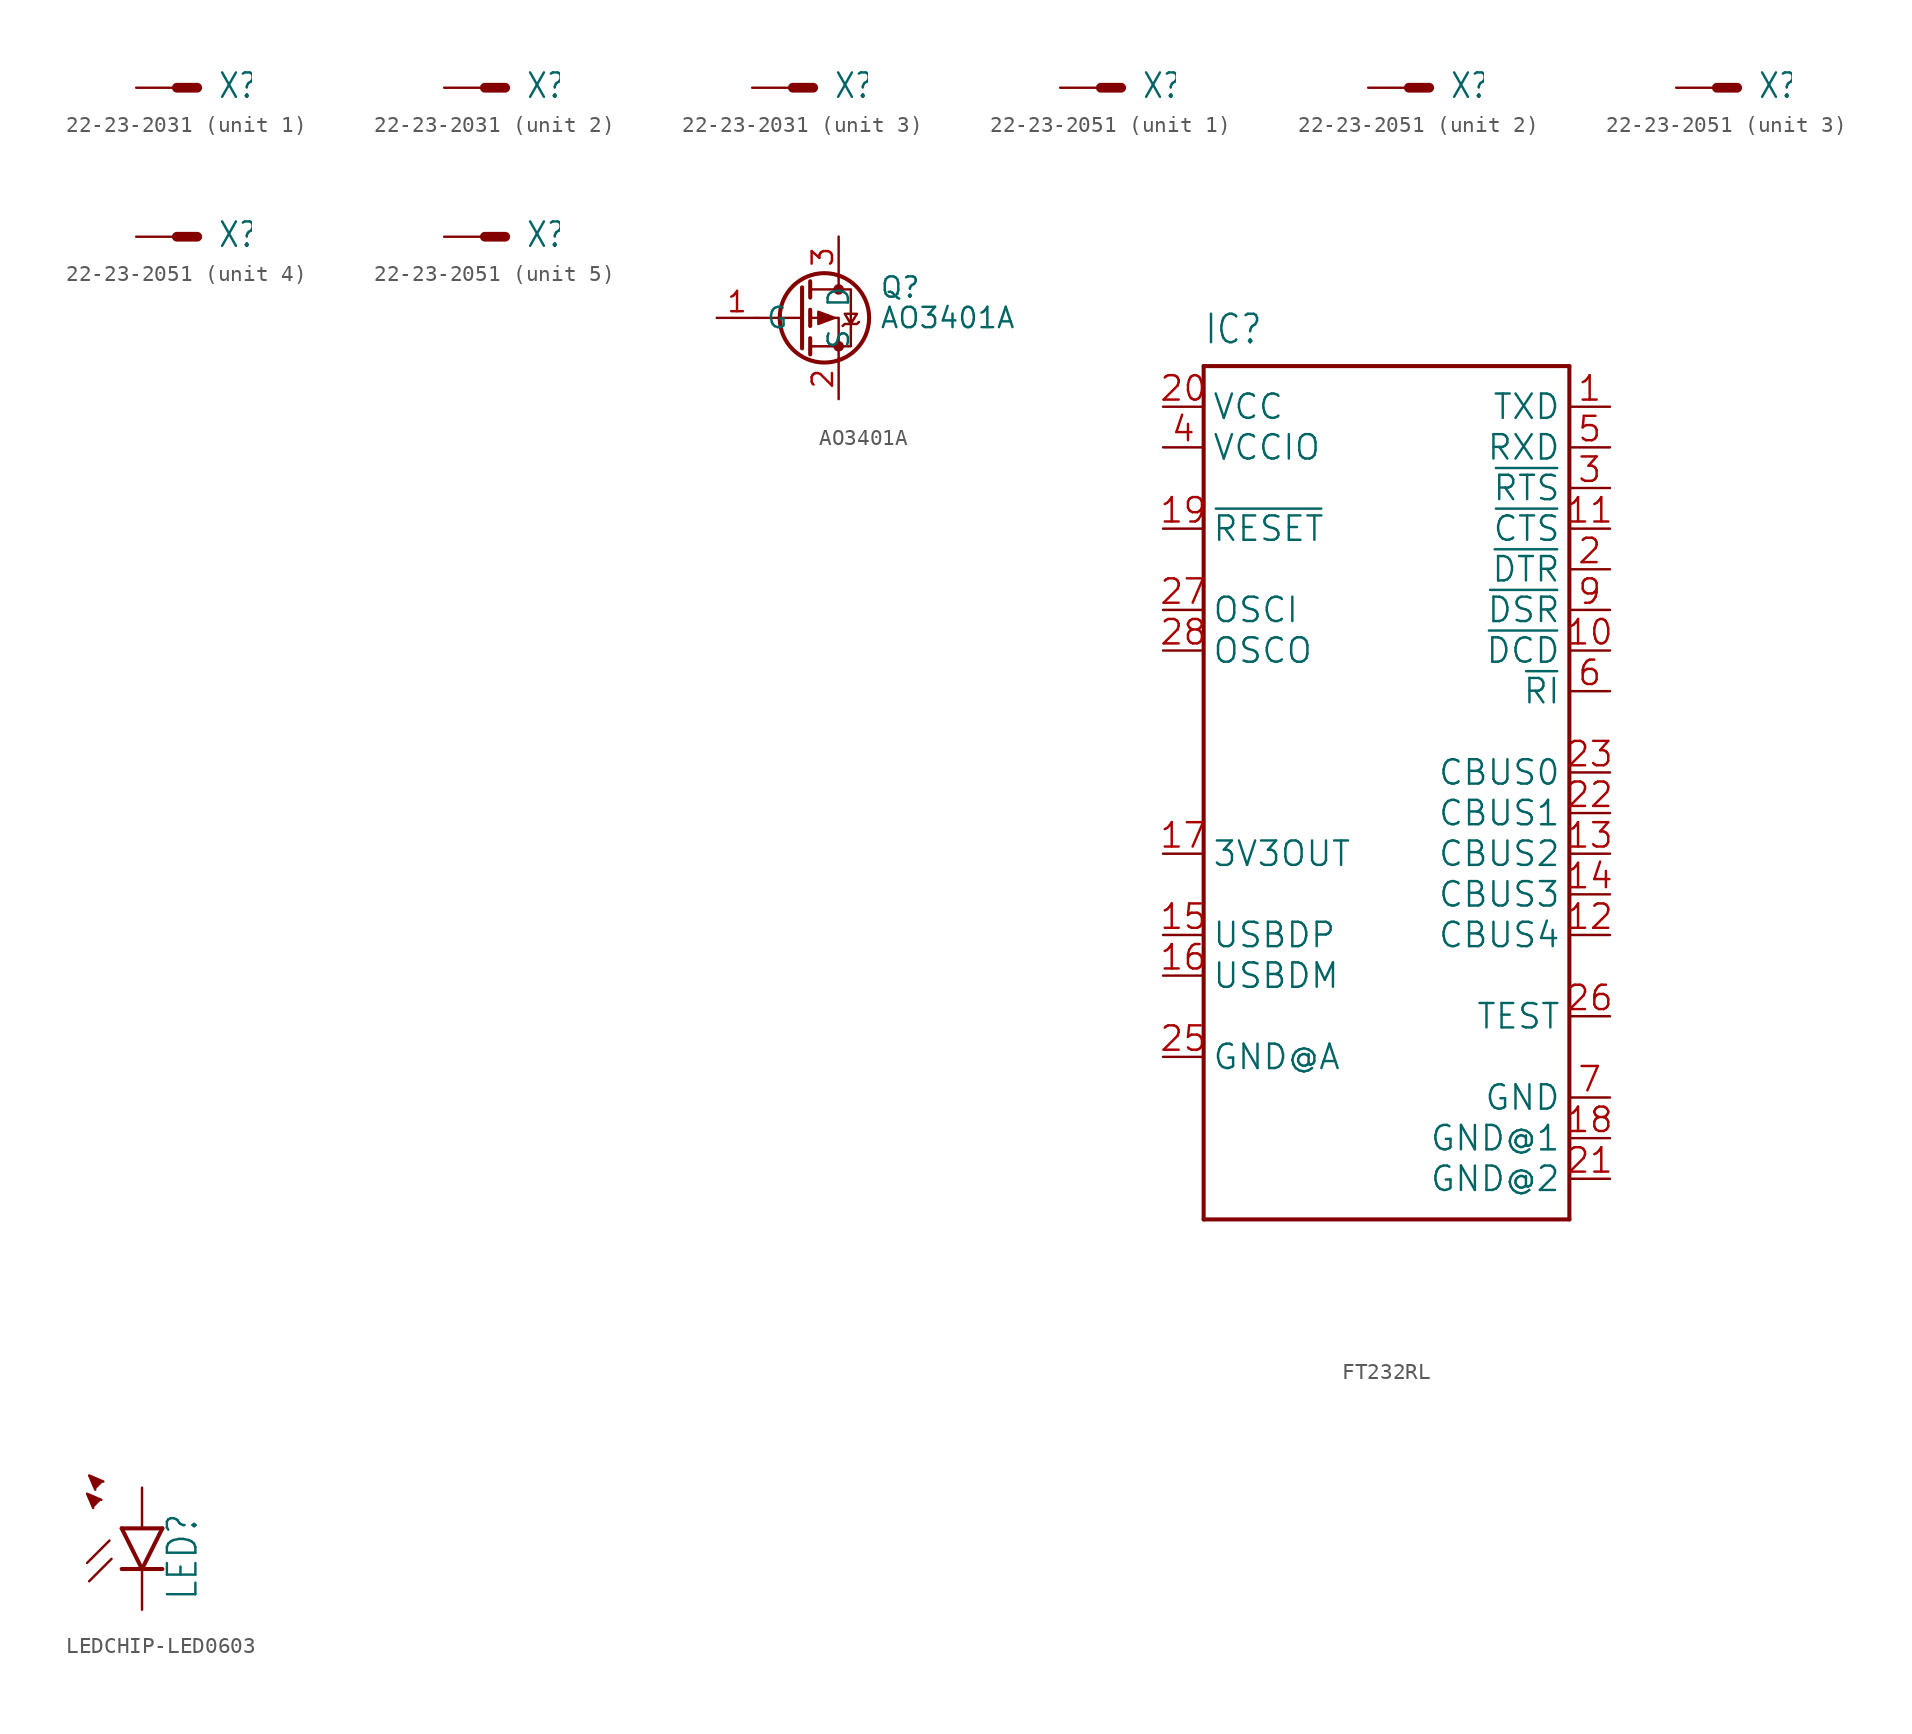
<source format=kicad_sym>
(kicad_symbol_lib
  (version 20241209)
  (generator "kicad_symbol_editor")
  (generator_version "9.0")
  (symbol "22-23-2031"
    (property "Reference" "X"
      (at 2.54 -0.762 0)
      (effects (font (size 1.524 1.295)) (justify left bottom)))
    (property "ki_locked" ""
      (at 0 0 0)
      (effects (font (size 1.27 1.27))))
    (symbol "22-23-2031_1_0"
      (polyline (pts (xy 1.27 0) (xy 0 0)) (stroke (width 0.61) (type solid)) (fill (type none)))
      (pin passive line (at -2.54 0 0) (length 2.54) (name "S" (effects (font (size 0 0)))) (number "1" (effects (font (size 0 0))))))
    (symbol "22-23-2031_2_0"
      (polyline (pts (xy 1.27 0) (xy 0 0)) (stroke (width 0.61) (type solid)) (fill (type none)))
      (pin passive line (at -2.54 0 0) (length 2.54) (name "S" (effects (font (size 0 0)))) (number "2" (effects (font (size 0 0))))))
    (symbol "22-23-2031_3_0"
      (polyline (pts (xy 1.27 0) (xy 0 0)) (stroke (width 0.61) (type solid)) (fill (type none)))
      (pin passive line (at -2.54 0 0) (length 2.54) (name "S" (effects (font (size 0 0)))) (number "3" (effects (font (size 0 0)))))))
  (symbol "22-23-2051"
    (property "Reference" "X"
      (at 2.54 -0.762 0)
      (effects (font (size 1.524 1.295)) (justify left bottom)))
    (property "ki_locked" ""
      (at 0 0 0)
      (effects (font (size 1.27 1.27))))
    (symbol "22-23-2051_1_0"
      (polyline (pts (xy 1.27 0) (xy 0 0)) (stroke (width 0.61) (type solid)) (fill (type none)))
      (pin passive line (at -2.54 0 0) (length 2.54) (name "S" (effects (font (size 0 0)))) (number "1" (effects (font (size 0 0))))))
    (symbol "22-23-2051_2_0"
      (polyline (pts (xy 1.27 0) (xy 0 0)) (stroke (width 0.61) (type solid)) (fill (type none)))
      (pin passive line (at -2.54 0 0) (length 2.54) (name "S" (effects (font (size 0 0)))) (number "2" (effects (font (size 0 0))))))
    (symbol "22-23-2051_3_0"
      (polyline (pts (xy 1.27 0) (xy 0 0)) (stroke (width 0.61) (type solid)) (fill (type none)))
      (pin passive line (at -2.54 0 0) (length 2.54) (name "S" (effects (font (size 0 0)))) (number "3" (effects (font (size 0 0))))))
    (symbol "22-23-2051_4_0"
      (polyline (pts (xy 1.27 0) (xy 0 0)) (stroke (width 0.61) (type solid)) (fill (type none)))
      (pin passive line (at -2.54 0 0) (length 2.54) (name "S" (effects (font (size 0 0)))) (number "4" (effects (font (size 0 0))))))
    (symbol "22-23-2051_5_0"
      (polyline (pts (xy 1.27 0) (xy 0 0)) (stroke (width 0.61) (type solid)) (fill (type none)))
      (pin passive line (at -2.54 0 0) (length 2.54) (name "S" (effects (font (size 0 0)))) (number "5" (effects (font (size 0 0)))))))
  (symbol "AO3401A"
    (property "Reference" "Q"
      (at 5.08 1.905 0)
      (effects (font (size 1.27 1.27)) (justify left)))
    (property "Value" "AO3401A"
      (at 5.08 0 0)
      (effects (font (size 1.27 1.27)) (justify left)))
    (symbol "AO3401A_0_1"
      (polyline (pts (xy 0.254 1.905) (xy 0.254 -1.905)) (stroke (width 0.254) (type default)) (fill (type none)))
      (polyline (pts (xy 0.254 0) (xy -2.54 0)) (stroke (width 0) (type default)) (fill (type none)))
      (polyline (pts (xy 0.762 2.286) (xy 0.762 1.27)) (stroke (width 0.254) (type default)) (fill (type none)))
      (polyline (pts (xy 0.762 1.778) (xy 3.302 1.778) (xy 3.302 -1.778) (xy 0.762 -1.778)) (stroke (width 0) (type default)) (fill (type none)))
      (polyline (pts (xy 0.762 0.508) (xy 0.762 -0.508)) (stroke (width 0.254) (type default)) (fill (type none)))
      (polyline (pts (xy 0.762 -1.27) (xy 0.762 -2.286)) (stroke (width 0.254) (type default)) (fill (type none)))
      (circle (center 1.651 0) (radius 2.794) (stroke (width 0.254) (type default)) (fill (type none)))
      (polyline (pts (xy 2.286 0) (xy 1.27 0.381) (xy 1.27 -0.381) (xy 2.286 0)) (stroke (width 0) (type default)) (fill (type outline)))
      (polyline (pts (xy 2.54 2.54) (xy 2.54 1.778)) (stroke (width 0) (type default)) (fill (type none)))
      (circle (center 2.54 1.778) (radius 0.254) (stroke (width 0) (type default)) (fill (type outline)))
      (circle (center 2.54 -1.778) (radius 0.254) (stroke (width 0) (type default)) (fill (type outline)))
      (polyline (pts (xy 2.54 -2.54) (xy 2.54 0) (xy 0.762 0)) (stroke (width 0) (type default)) (fill (type none)))
      (polyline (pts (xy 2.794 -0.508) (xy 2.921 -0.381) (xy 3.683 -0.381) (xy 3.81 -0.254)) (stroke (width 0) (type default)) (fill (type none)))
      (polyline (pts (xy 3.302 -0.381) (xy 2.921 0.254) (xy 3.683 0.254) (xy 3.302 -0.381)) (stroke (width 0) (type default)) (fill (type none))))
    (symbol "AO3401A_1_1"
      (pin input line (at -5.08 0 0) (length 2.54) (name "G" (effects (font (size 1.27 1.27)))) (number "1" (effects (font (size 1.27 1.27)))))
      (pin passive line (at 2.54 5.08 270) (length 2.54) (name "D" (effects (font (size 1.27 1.27)))) (number "3" (effects (font (size 1.27 1.27)))))
      (pin passive line (at 2.54 -5.08 90) (length 2.54) (name "S" (effects (font (size 1.27 1.27)))) (number "2" (effects (font (size 1.27 1.27)))))))
  (symbol "FT232RL"
    (property "Reference" "IC"
      (at -10.16 26.67 0)
      (effects (font (size 1.778 1.511)) (justify left bottom)))
    (property "Value" ""
      (at -10.16 -30.48 0)
      (effects (font (size 1.778 1.511)) (justify left bottom)))
    (property "ki_locked" ""
      (at 0 0 0)
      (effects (font (size 1.27 1.27))))
    (symbol "FT232RL_1_0"
      (polyline (pts (xy -10.16 25.4) (xy 12.7 25.4)) (stroke (width 0.254) (type solid)) (fill (type none)))
      (polyline (pts (xy -10.16 -27.94) (xy -10.16 25.4)) (stroke (width 0.254) (type solid)) (fill (type none)))
      (polyline (pts (xy 12.7 25.4) (xy 12.7 -27.94)) (stroke (width 0.254) (type solid)) (fill (type none)))
      (polyline (pts (xy 12.7 -27.94) (xy -10.16 -27.94)) (stroke (width 0.254) (type solid)) (fill (type none)))
      (pin power_in line (at -12.7 22.86 0) (length 2.54) (name "VCC" (effects (font (size 1.524 1.524)))) (number "20" (effects (font (size 1.524 1.524)))))
      (pin power_in line (at -12.7 20.32 0) (length 2.54) (name "VCCIO" (effects (font (size 1.524 1.524)))) (number "4" (effects (font (size 1.524 1.524)))))
      (pin input line (at -12.7 15.24 0) (length 2.54) (name "~{RESET}" (effects (font (size 1.524 1.524)))) (number "19" (effects (font (size 1.524 1.524)))))
      (pin input line (at -12.7 10.16 0) (length 2.54) (name "OSCI" (effects (font (size 1.524 1.524)))) (number "27" (effects (font (size 1.524 1.524)))))
      (pin output line (at -12.7 7.62 0) (length 2.54) (name "OSCO" (effects (font (size 1.524 1.524)))) (number "28" (effects (font (size 1.524 1.524)))))
      (pin output line (at -12.7 -5.08 0) (length 2.54) (name "3V3OUT" (effects (font (size 1.524 1.524)))) (number "17" (effects (font (size 1.524 1.524)))))
      (pin bidirectional line (at -12.7 -10.16 0) (length 2.54) (name "USBDP" (effects (font (size 1.524 1.524)))) (number "15" (effects (font (size 1.524 1.524)))))
      (pin bidirectional line (at -12.7 -12.7 0) (length 2.54) (name "USBDM" (effects (font (size 1.524 1.524)))) (number "16" (effects (font (size 1.524 1.524)))))
      (pin power_in line (at -12.7 -17.78 0) (length 2.54) (name "GND@A" (effects (font (size 1.524 1.524)))) (number "25" (effects (font (size 1.524 1.524)))))
      (pin output line (at 15.24 22.86 180) (length 2.54) (name "TXD" (effects (font (size 1.524 1.524)))) (number "1" (effects (font (size 1.524 1.524)))))
      (pin input line (at 15.24 20.32 180) (length 2.54) (name "RXD" (effects (font (size 1.524 1.524)))) (number "5" (effects (font (size 1.524 1.524)))))
      (pin output line (at 15.24 17.78 180) (length 2.54) (name "~{RTS}" (effects (font (size 1.524 1.524)))) (number "3" (effects (font (size 1.524 1.524)))))
      (pin input line (at 15.24 15.24 180) (length 2.54) (name "~{CTS}" (effects (font (size 1.524 1.524)))) (number "11" (effects (font (size 1.524 1.524)))))
      (pin output line (at 15.24 12.7 180) (length 2.54) (name "~{DTR}" (effects (font (size 1.524 1.524)))) (number "2" (effects (font (size 1.524 1.524)))))
      (pin input line (at 15.24 10.16 180) (length 2.54) (name "~{DSR}" (effects (font (size 1.524 1.524)))) (number "9" (effects (font (size 1.524 1.524)))))
      (pin input line (at 15.24 7.62 180) (length 2.54) (name "~{DCD}" (effects (font (size 1.524 1.524)))) (number "10" (effects (font (size 1.524 1.524)))))
      (pin input line (at 15.24 5.08 180) (length 2.54) (name "~{RI}" (effects (font (size 1.524 1.524)))) (number "6" (effects (font (size 1.524 1.524)))))
      (pin bidirectional line (at 15.24 0 180) (length 2.54) (name "CBUS0" (effects (font (size 1.524 1.524)))) (number "23" (effects (font (size 1.524 1.524)))))
      (pin bidirectional line (at 15.24 -2.54 180) (length 2.54) (name "CBUS1" (effects (font (size 1.524 1.524)))) (number "22" (effects (font (size 1.524 1.524)))))
      (pin bidirectional line (at 15.24 -5.08 180) (length 2.54) (name "CBUS2" (effects (font (size 1.524 1.524)))) (number "13" (effects (font (size 1.524 1.524)))))
      (pin bidirectional line (at 15.24 -7.62 180) (length 2.54) (name "CBUS3" (effects (font (size 1.524 1.524)))) (number "14" (effects (font (size 1.524 1.524)))))
      (pin bidirectional line (at 15.24 -10.16 180) (length 2.54) (name "CBUS4" (effects (font (size 1.524 1.524)))) (number "12" (effects (font (size 1.524 1.524)))))
      (pin input line (at 15.24 -15.24 180) (length 2.54) (name "TEST" (effects (font (size 1.524 1.524)))) (number "26" (effects (font (size 1.524 1.524)))))
      (pin power_in line (at 15.24 -20.32 180) (length 2.54) (name "GND" (effects (font (size 1.524 1.524)))) (number "7" (effects (font (size 1.524 1.524)))))
      (pin power_in line (at 15.24 -22.86 180) (length 2.54) (name "GND@1" (effects (font (size 1.524 1.524)))) (number "18" (effects (font (size 1.524 1.524)))))
      (pin power_in line (at 15.24 -25.4 180) (length 2.54) (name "GND@2" (effects (font (size 1.524 1.524)))) (number "21" (effects (font (size 1.524 1.524))))))
    (symbol "FT232RL_1_1"
      (pin no_connect line (at -5.08 -21.59 0) (length 2.54) (hide yes) (name "n.c" (effects (font (size 1.27 1.27)))) (number "8" (effects (font (size 1.27 1.27)))))
      (pin no_connect line (at -5.08 -24.13 0) (length 2.54) (hide yes) (name "n.c" (effects (font (size 1.27 1.27)))) (number "24" (effects (font (size 1.27 1.27)))))))
  (symbol "LEDCHIP-LED0603"
    (property "Reference" "LED"
      (at 3.556 -4.572 90)
      (effects (font (size 1.778 1.511)) (justify left bottom)))
    (property "Value" ""
      (at 5.715 -4.572 90)
      (effects (font (size 1.778 1.511)) (justify left bottom)))
    (property "ki_locked" ""
      (at 0 0 0)
      (effects (font (size 1.27 1.27))))
    (symbol "LEDCHIP-LED0603_1_0"
      (polyline (pts (xy -3.048 1.27) (xy -3.429 2.159) (xy -2.54 1.778)) (stroke (width 0.152) (type solid)) (fill (type outline)))
      (polyline (pts (xy -2.921 2.413) (xy -3.302 3.302) (xy -2.413 2.921)) (stroke (width 0.152) (type solid)) (fill (type outline)))
      (polyline (pts (xy -2.032 -0.762) (xy -3.429 -2.159)) (stroke (width 0.152) (type solid)) (fill (type none)))
      (polyline (pts (xy -1.905 -1.905) (xy -3.302 -3.302)) (stroke (width 0.152) (type solid)) (fill (type none)))
      (polyline (pts (xy 0 -2.54) (xy -1.27 0)) (stroke (width 0.254) (type solid)) (fill (type none)))
      (polyline (pts (xy 0 -2.54) (xy -1.27 -2.54)) (stroke (width 0.254) (type solid)) (fill (type none)))
      (polyline (pts (xy 1.27 0) (xy -1.27 0)) (stroke (width 0.254) (type solid)) (fill (type none)))
      (polyline (pts (xy 1.27 0) (xy 0 -2.54)) (stroke (width 0.254) (type solid)) (fill (type none)))
      (polyline (pts (xy 1.27 -2.54) (xy 0 -2.54)) (stroke (width 0.254) (type solid)) (fill (type none)))
      (pin passive line (at 0 2.54 270) (length 2.54) (name "A" (effects (font (size 0 0)))) (number "A" (effects (font (size 0 0)))))
      (pin passive line (at 0 -5.08 90) (length 2.54) (name "C" (effects (font (size 0 0)))) (number "C" (effects (font (size 0 0))))))))
</source>
